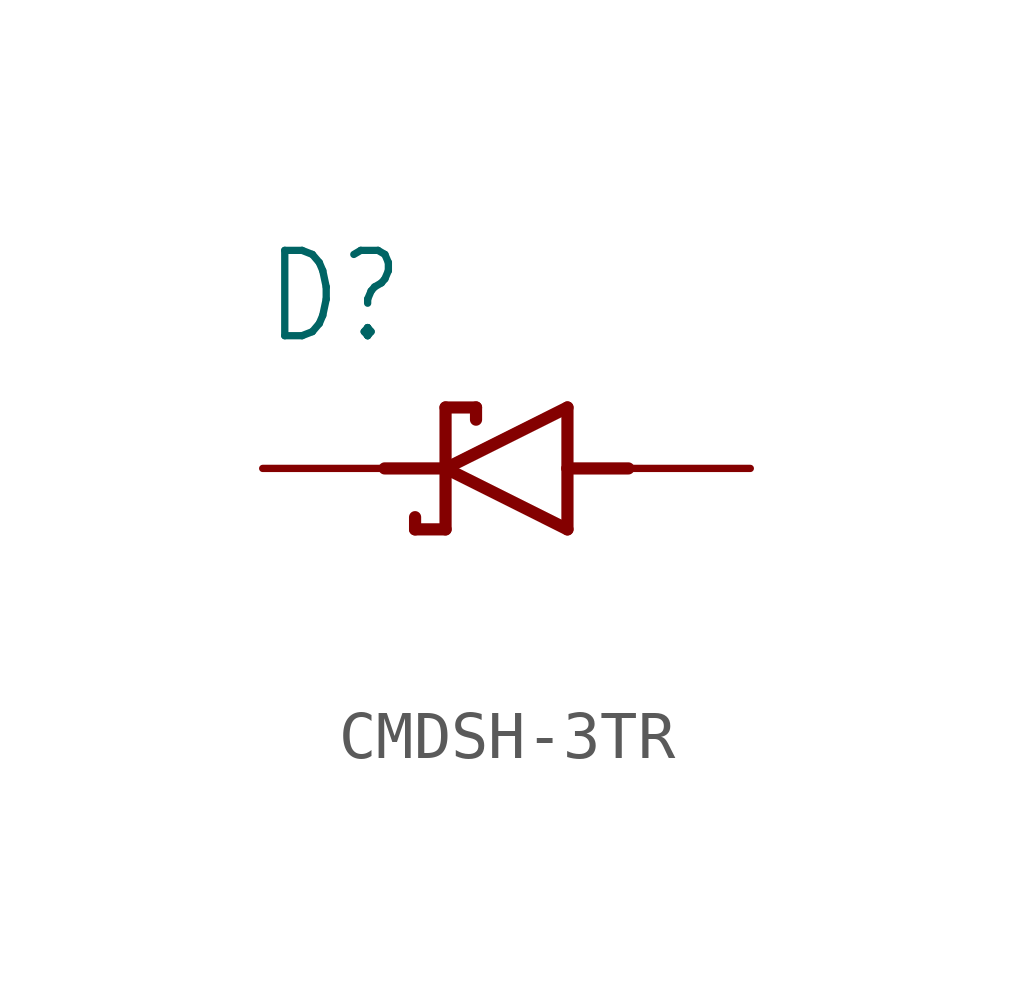
<source format=kicad_sym>
(kicad_symbol_lib
  (version 20231120)
  (generator "kicad_symbol_editor")
  (generator_version "8.0")
  (symbol "CMDSH-3TR"
    (property "Reference" "D"
      (at -5.08 2.54 0)
      (effects (font (size 1.778 1.511)) (justify left bottom)))
    (property "Value" ""
      (at -5.08 -3.81 0)
      (effects (font (size 1.778 1.511)) (justify left bottom)))
    (property "ki_locked" ""
      (at 0 0 0)
      (effects (font (size 1.27 1.27))))
    (symbol "CMDSH-3TR_1_0"
      (polyline (pts (xy -2.54 0) (xy -1.27 0)) (stroke (width 0.254) (type solid)) (fill (type none)))
      (polyline (pts (xy -1.905 -1.27) (xy -1.905 -1.016)) (stroke (width 0.254) (type solid)) (fill (type none)))
      (polyline (pts (xy -1.905 -1.27) (xy -1.27 -1.27)) (stroke (width 0.254) (type solid)) (fill (type none)))
      (polyline (pts (xy -1.27 -1.27) (xy -1.27 0)) (stroke (width 0.254) (type solid)) (fill (type none)))
      (polyline (pts (xy -1.27 0) (xy -1.27 1.27)) (stroke (width 0.254) (type solid)) (fill (type none)))
      (polyline (pts (xy -1.27 0) (xy 1.27 -1.27)) (stroke (width 0.254) (type solid)) (fill (type none)))
      (polyline (pts (xy -1.27 1.27) (xy -0.635 1.27)) (stroke (width 0.254) (type solid)) (fill (type none)))
      (polyline (pts (xy -0.635 1.016) (xy -0.635 1.27)) (stroke (width 0.254) (type solid)) (fill (type none)))
      (polyline (pts (xy 1.27 -1.27) (xy 1.27 0)) (stroke (width 0.254) (type solid)) (fill (type none)))
      (polyline (pts (xy 1.27 0) (xy 1.27 1.27)) (stroke (width 0.254) (type solid)) (fill (type none)))
      (polyline (pts (xy 1.27 1.27) (xy -1.27 0)) (stroke (width 0.254) (type solid)) (fill (type none)))
      (polyline (pts (xy 2.54 0) (xy 1.27 0)) (stroke (width 0.254) (type solid)) (fill (type none)))
      (pin passive line (at 5.08 0 180) (length 2.54) (name "A" (effects (font (size 0 0)))) (number "A" (effects (font (size 0 0)))))
      (pin passive line (at -5.08 0 0) (length 2.54) (name "C" (effects (font (size 0 0)))) (number "C" (effects (font (size 0 0))))))))
</source>
